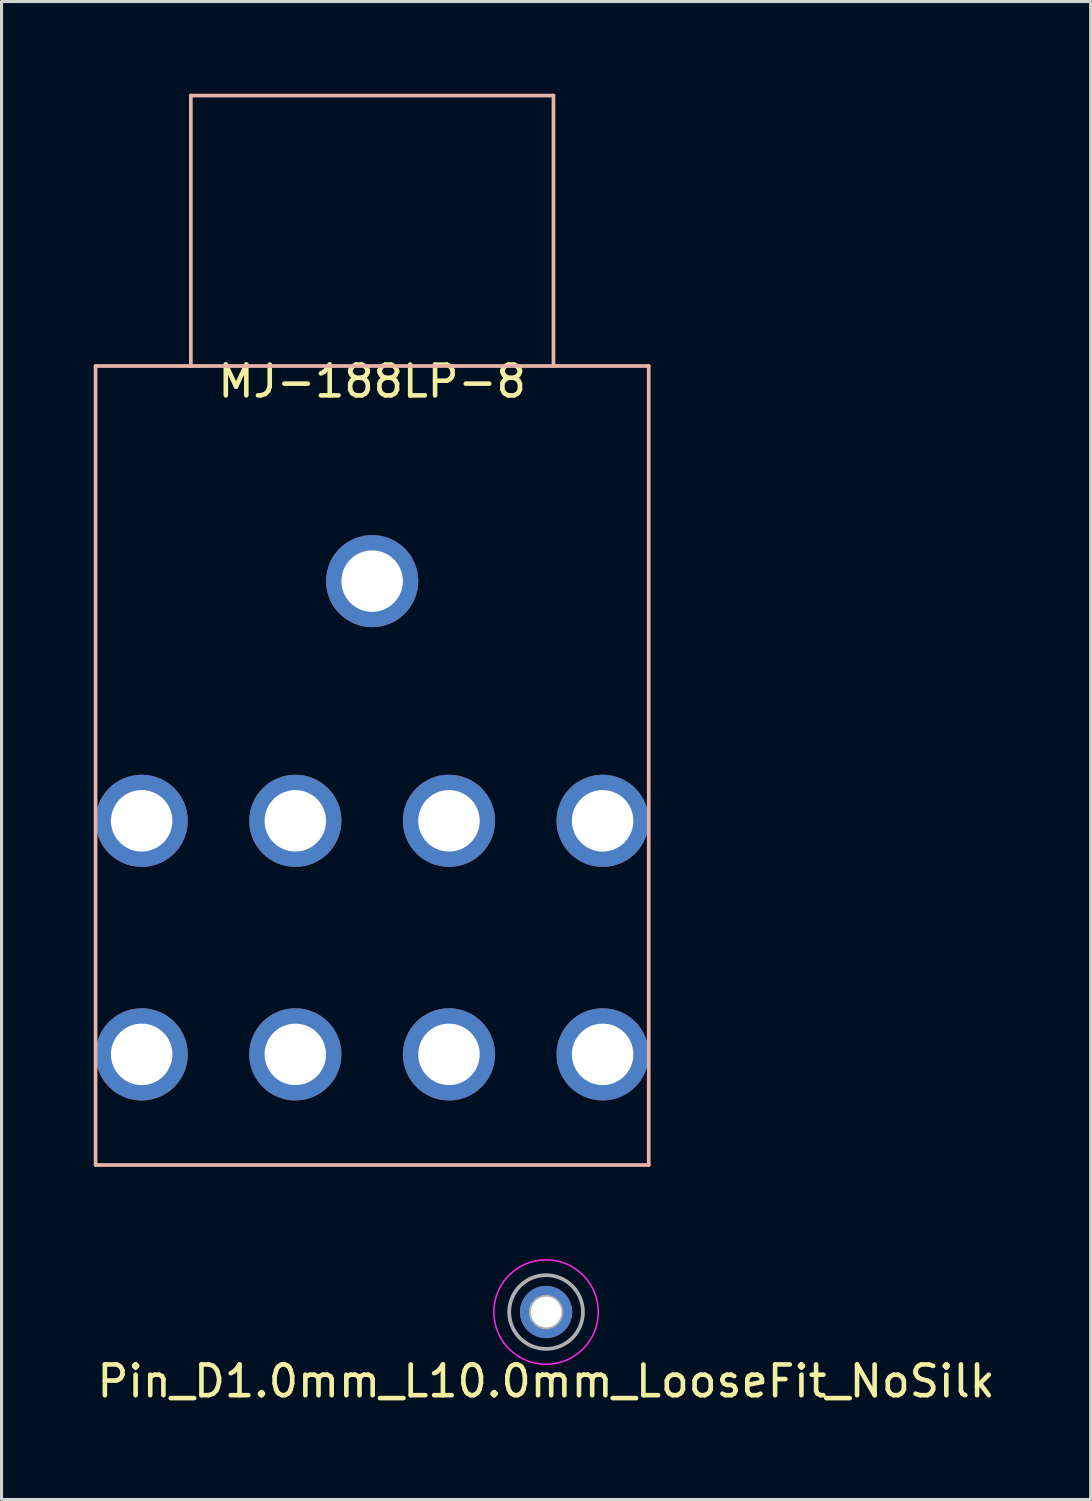
<source format=kicad_pcb>
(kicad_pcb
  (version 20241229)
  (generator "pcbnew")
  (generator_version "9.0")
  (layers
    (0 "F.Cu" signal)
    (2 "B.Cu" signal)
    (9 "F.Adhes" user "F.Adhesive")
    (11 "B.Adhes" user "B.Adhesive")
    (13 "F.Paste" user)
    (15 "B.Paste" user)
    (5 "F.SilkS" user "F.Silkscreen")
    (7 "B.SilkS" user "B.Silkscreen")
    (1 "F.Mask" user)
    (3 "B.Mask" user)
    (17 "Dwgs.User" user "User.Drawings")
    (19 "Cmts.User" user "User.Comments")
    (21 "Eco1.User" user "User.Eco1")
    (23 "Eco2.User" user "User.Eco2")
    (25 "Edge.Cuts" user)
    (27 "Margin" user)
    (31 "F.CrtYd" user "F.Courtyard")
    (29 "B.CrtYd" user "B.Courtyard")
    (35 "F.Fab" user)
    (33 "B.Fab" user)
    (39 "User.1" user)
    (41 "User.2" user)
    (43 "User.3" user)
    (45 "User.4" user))
  (footprint "MJ-188LP-8"
    (layer "F.Cu")
    (at 9.06 8.86)
    (property "Reference" "MJ-188LP-8" (at 0 0.5 0) (layer "F.SilkS") (effects (font (size 1 1) (thickness 0.15))))
    (attr through_hole)
    (fp_line (start -9 0) (end -9 26) (stroke (width 0.12) (type solid)) (layer "B.SilkS"))
    (fp_line (start -9 26) (end 9 26) (stroke (width 0.12) (type solid)) (layer "B.SilkS"))
    (fp_line (start -5.9 -8.8) (end 5.9 -8.8) (stroke (width 0.12) (type solid)) (layer "B.SilkS"))
    (fp_line (start -5.9 0) (end -5.9 -8.8) (stroke (width 0.12) (type solid)) (layer "B.SilkS"))
    (fp_line (start 5.9 -8.8) (end 5.9 0) (stroke (width 0.12) (type solid)) (layer "B.SilkS"))
    (fp_line (start 9 0) (end -9 0) (stroke (width 0.12) (type solid)) (layer "B.SilkS"))
    (fp_line (start 9 26) (end 9 0) (stroke (width 0.12) (type solid)) (layer "B.SilkS"))
    (pad "1" thru_hole circle (at -7.5 22.4) (size 3 3) (drill 2) (layers "*.Cu" "*.Mask"))
    (pad "2" thru_hole circle (at -7.5 14.8) (size 3 3) (drill 2) (layers "*.Cu" "*.Mask"))
    (pad "3" thru_hole circle (at -2.5 14.8) (size 3 3) (drill 2) (layers "*.Cu" "*.Mask"))
    (pad "4" thru_hole circle (at -2.5 22.4) (size 3 3) (drill 2) (layers "*.Cu" "*.Mask"))
    (pad "5" thru_hole circle (at 7.5 22.4) (size 3 3) (drill 2) (layers "*.Cu" "*.Mask"))
    (pad "6" thru_hole circle (at 7.5 14.8) (size 3 3) (drill 2) (layers "*.Cu" "*.Mask"))
    (pad "7" thru_hole circle (at 2.5 14.8) (size 3 3) (drill 2) (layers "*.Cu" "*.Mask"))
    (pad "8" thru_hole circle (at 2.5 22.4) (size 3 3) (drill 2) (layers "*.Cu" "*.Mask"))
    (pad "9" thru_hole circle (at 0 7) (size 3 3) (drill 2) (layers "*.Cu" "*.Mask")))
  (footprint "Pin_D1.0mm_L10.0mm_LooseFit_NoSilk"
    (layer "F.Cu")
    (at 14.72 39.645)
    (property "Reference" "Pin_D1.0mm_L10.0mm_LooseFit_NoSilk" (at 0 2.25 0) (layer "F.SilkS") (effects (font (size 1 1) (thickness 0.15))))
    (attr through_hole)
    (fp_circle (center 0 0) (end 1.7 0) (stroke (width 0.05) (type solid)) (fill no) (layer "F.CrtYd"))
    (fp_circle (center 0 0) (end 0.5 0) (stroke (width 0.12) (type solid)) (fill no) (layer "F.Fab"))
    (fp_circle (center 0 0) (end 1.2 0) (stroke (width 0.12) (type solid)) (fill no) (layer "F.Fab"))
    (pad "" thru_hole circle (at 0 0) (size 1.7 1.7) (drill 1) (layers "*.Cu" "*.Mask")))
  (gr_rect
    (start -3 -3)
    (end 32.44 45.743)
    (stroke (width 0.1) (type default))
    (fill no)
    (layer "Edge.Cuts")))
</source>
